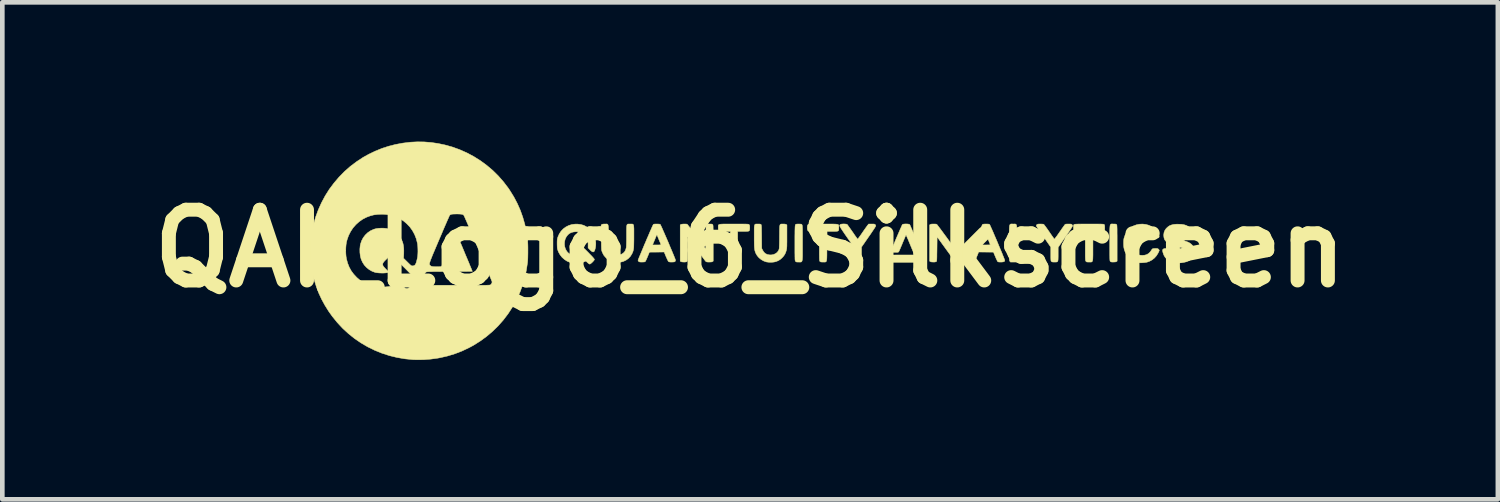
<source format=kicad_pcb>
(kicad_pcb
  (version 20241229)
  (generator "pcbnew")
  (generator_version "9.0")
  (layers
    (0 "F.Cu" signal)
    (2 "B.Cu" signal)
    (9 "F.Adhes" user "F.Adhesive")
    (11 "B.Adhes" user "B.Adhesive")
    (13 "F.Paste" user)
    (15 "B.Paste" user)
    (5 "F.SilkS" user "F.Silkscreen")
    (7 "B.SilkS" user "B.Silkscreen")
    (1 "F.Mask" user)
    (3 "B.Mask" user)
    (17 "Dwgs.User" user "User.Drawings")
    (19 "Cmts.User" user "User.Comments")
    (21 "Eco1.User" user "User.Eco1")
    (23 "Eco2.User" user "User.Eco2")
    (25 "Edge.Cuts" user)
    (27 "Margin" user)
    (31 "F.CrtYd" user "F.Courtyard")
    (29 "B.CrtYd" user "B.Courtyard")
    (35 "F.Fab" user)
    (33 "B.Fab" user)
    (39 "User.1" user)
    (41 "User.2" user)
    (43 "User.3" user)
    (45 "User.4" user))
  (footprint "QAI_Logo_6_Silkscreen"
    (layer "F.Cu")
    (at 13.106 2.302)
    (property "Reference" "QAI_Logo_6_Silkscreen" (at 0 0 0) (layer "F.SilkS") (effects (font (size 1.524 1.524) (thickness 0.3))))
    (attr through_hole)
    (fp_poly (pts (xy 7.808 -0.528) (xy 7.823 -0.527) (xy 7.829 -0.527) (xy 7.857 -0.527) (xy 7.876 -0.525) (xy 7.887 -0.521) (xy 7.895 -0.516) (xy 7.895 -0.515) (xy 7.897 -0.512) (xy 7.899 -0.507) (xy 7.901 -0.499) (xy 7.902 -0.486) (xy 7.903 -0.469) (xy 7.904 -0.446) (xy 7.905 -0.417) (xy 7.905 -0.379) (xy 7.905 -0.333) (xy 7.906 -0.277) (xy 7.906 -0.211) (xy 7.906 -0.133) (xy 7.906 -0.116) (xy 7.906 0.272) (xy 7.892 0.282) (xy 7.878 0.288) (xy 7.855 0.291) (xy 7.825 0.292) (xy 7.798 0.292) (xy 7.78 0.29) (xy 7.768 0.286) (xy 7.76 0.279) (xy 7.757 0.276) (xy 7.755 0.273) (xy 7.753 0.267) (xy 7.751 0.259) (xy 7.75 0.247) (xy 7.749 0.23) (xy 7.748 0.207) (xy 7.748 0.178) (xy 7.747 0.141) (xy 7.747 0.095) (xy 7.747 0.04) (xy 7.747 -0.026) (xy 7.747 -0.103) (xy 7.747 -0.117) (xy 7.747 -0.2) (xy 7.747 -0.271) (xy 7.747 -0.331) (xy 7.747 -0.38) (xy 7.748 -0.421) (xy 7.75 -0.454) (xy 7.752 -0.479) (xy 7.755 -0.498) (xy 7.76 -0.511) (xy 7.766 -0.52) (xy 7.774 -0.525) (xy 7.783 -0.528) (xy 7.794 -0.528) (xy 7.808 -0.528)) (stroke (width 0.01) (type solid)) (fill yes) (layer "F.SilkS"))
    (fp_poly (pts (xy -0.406 -0.527) (xy -0.347 -0.527) (xy -0.274 -0.527) (xy -0.214 -0.527) (xy -0.164 -0.527) (xy -0.124 -0.526) (xy -0.092 -0.526) (xy -0.068 -0.525) (xy -0.05 -0.524) (xy -0.038 -0.522) (xy -0.029 -0.521) (xy -0.025 -0.519) (xy -0.023 -0.517) (xy -0.013 -0.504) (xy -0.008 -0.486) (xy -0.007 -0.46) (xy -0.007 -0.431) (xy -0.009 -0.411) (xy -0.011 -0.395) (xy -0.016 -0.384) (xy -0.026 -0.376) (xy -0.041 -0.372) (xy -0.064 -0.369) (xy -0.096 -0.368) (xy -0.139 -0.368) (xy -0.267 -0.368) (xy -0.267 -0.051) (xy -0.267 0.024) (xy -0.267 0.087) (xy -0.267 0.14) (xy -0.267 0.183) (xy -0.269 0.217) (xy -0.271 0.243) (xy -0.274 0.262) (xy -0.279 0.276) (xy -0.285 0.285) (xy -0.293 0.29) (xy -0.303 0.292) (xy -0.315 0.293) (xy -0.33 0.292) (xy -0.345 0.292) (xy -0.377 0.291) (xy -0.399 0.288) (xy -0.411 0.282) (xy -0.425 0.272) (xy -0.425 -0.368) (xy -0.546 -0.368) (xy -0.591 -0.368) (xy -0.626 -0.369) (xy -0.651 -0.371) (xy -0.667 -0.376) (xy -0.678 -0.384) (xy -0.683 -0.397) (xy -0.685 -0.414) (xy -0.686 -0.438) (xy -0.686 -0.449) (xy -0.686 -0.466) (xy -0.686 -0.481) (xy -0.686 -0.493) (xy -0.683 -0.502) (xy -0.677 -0.51) (xy -0.668 -0.516) (xy -0.653 -0.52) (xy -0.633 -0.524) (xy -0.605 -0.525) (xy -0.57 -0.527) (xy -0.525 -0.527) (xy -0.471 -0.527) (xy -0.406 -0.527)) (stroke (width 0.01) (type solid)) (fill yes) (layer "F.SilkS"))
    (fp_poly (pts (xy 1.073 -0.526) (xy 1.094 -0.525) (xy 1.107 -0.523) (xy 1.109 -0.522) (xy 1.113 -0.519) (xy 1.117 -0.514) (xy 1.12 -0.508) (xy 1.123 -0.498) (xy 1.125 -0.484) (xy 1.127 -0.465) (xy 1.128 -0.44) (xy 1.129 -0.409) (xy 1.129 -0.369) (xy 1.13 -0.321) (xy 1.13 -0.262) (xy 1.13 -0.193) (xy 1.13 -0.116) (xy 1.13 -0.033) (xy 1.13 0.037) (xy 1.13 0.097) (xy 1.13 0.146) (xy 1.129 0.187) (xy 1.127 0.219) (xy 1.125 0.244) (xy 1.121 0.263) (xy 1.116 0.276) (xy 1.11 0.285) (xy 1.102 0.29) (xy 1.092 0.292) (xy 1.08 0.293) (xy 1.067 0.293) (xy 1.05 0.292) (xy 1.048 0.292) (xy 1.021 0.292) (xy 1.003 0.291) (xy 0.992 0.288) (xy 0.984 0.282) (xy 0.978 0.275) (xy 0.976 0.272) (xy 0.973 0.267) (xy 0.971 0.261) (xy 0.97 0.253) (xy 0.968 0.24) (xy 0.967 0.224) (xy 0.967 0.201) (xy 0.966 0.172) (xy 0.966 0.136) (xy 0.965 0.09) (xy 0.965 0.036) (xy 0.965 -0.03) (xy 0.965 -0.107) (xy 0.965 -0.116) (xy 0.965 -0.196) (xy 0.965 -0.265) (xy 0.966 -0.323) (xy 0.966 -0.371) (xy 0.967 -0.41) (xy 0.968 -0.441) (xy 0.969 -0.466) (xy 0.971 -0.485) (xy 0.973 -0.498) (xy 0.976 -0.508) (xy 0.979 -0.514) (xy 0.983 -0.519) (xy 0.987 -0.522) (xy 0.996 -0.524) (xy 1.015 -0.526) (xy 1.039 -0.527) (xy 1.048 -0.527) (xy 1.073 -0.526)) (stroke (width 0.01) (type solid)) (fill yes) (layer "F.SilkS"))
    (fp_poly (pts (xy 1.761 -0.527) (xy 1.804 -0.526) (xy 1.837 -0.525) (xy 1.863 -0.523) (xy 1.882 -0.52) (xy 1.896 -0.515) (xy 1.905 -0.509) (xy 1.909 -0.5) (xy 1.912 -0.49) (xy 1.912 -0.478) (xy 1.912 -0.463) (xy 1.911 -0.449) (xy 1.911 -0.423) (xy 1.91 -0.403) (xy 1.906 -0.388) (xy 1.897 -0.379) (xy 1.883 -0.373) (xy 1.861 -0.37) (xy 1.83 -0.368) (xy 1.788 -0.368) (xy 1.775 -0.368) (xy 1.658 -0.368) (xy 1.656 -0.051) (xy 1.656 0.024) (xy 1.655 0.087) (xy 1.655 0.139) (xy 1.654 0.182) (xy 1.653 0.216) (xy 1.65 0.243) (xy 1.647 0.262) (xy 1.642 0.276) (xy 1.636 0.285) (xy 1.627 0.29) (xy 1.617 0.292) (xy 1.605 0.293) (xy 1.59 0.292) (xy 1.574 0.292) (xy 1.546 0.292) (xy 1.527 0.29) (xy 1.515 0.287) (xy 1.507 0.281) (xy 1.505 0.279) (xy 1.502 0.276) (xy 1.5 0.272) (xy 1.498 0.266) (xy 1.496 0.257) (xy 1.495 0.243) (xy 1.494 0.225) (xy 1.493 0.2) (xy 1.493 0.167) (xy 1.492 0.126) (xy 1.492 0.076) (xy 1.492 0.015) (xy 1.492 -0.051) (xy 1.492 -0.368) (xy 1.258 -0.368) (xy 1.245 -0.385) (xy 1.238 -0.397) (xy 1.234 -0.413) (xy 1.232 -0.435) (xy 1.232 -0.448) (xy 1.233 -0.474) (xy 1.236 -0.492) (xy 1.242 -0.505) (xy 1.245 -0.51) (xy 1.258 -0.527) (xy 1.572 -0.527) (xy 1.647 -0.527) (xy 1.709 -0.527) (xy 1.761 -0.527)) (stroke (width 0.01) (type solid)) (fill yes) (layer "F.SilkS"))
    (fp_poly (pts (xy 5.645 -0.528) (xy 5.661 -0.527) (xy 5.665 -0.527) (xy 5.683 -0.527) (xy 5.698 -0.528) (xy 5.71 -0.527) (xy 5.721 -0.525) (xy 5.729 -0.519) (xy 5.735 -0.51) (xy 5.74 -0.496) (xy 5.743 -0.476) (xy 5.745 -0.449) (xy 5.746 -0.414) (xy 5.747 -0.371) (xy 5.747 -0.317) (xy 5.747 -0.253) (xy 5.747 -0.184) (xy 5.747 0.133) (xy 5.933 0.133) (xy 5.991 0.133) (xy 6.037 0.133) (xy 6.073 0.134) (xy 6.1 0.136) (xy 6.12 0.14) (xy 6.133 0.145) (xy 6.141 0.153) (xy 6.145 0.164) (xy 6.147 0.179) (xy 6.147 0.197) (xy 6.147 0.213) (xy 6.147 0.241) (xy 6.145 0.259) (xy 6.143 0.271) (xy 6.138 0.278) (xy 6.133 0.282) (xy 6.128 0.285) (xy 6.12 0.287) (xy 6.108 0.288) (xy 6.091 0.29) (xy 6.068 0.291) (xy 6.037 0.291) (xy 5.997 0.292) (xy 5.947 0.292) (xy 5.886 0.292) (xy 5.863 0.292) (xy 5.608 0.292) (xy 5.595 0.275) (xy 5.592 0.272) (xy 5.59 0.267) (xy 5.588 0.261) (xy 5.586 0.253) (xy 5.585 0.241) (xy 5.584 0.224) (xy 5.583 0.201) (xy 5.582 0.173) (xy 5.582 0.136) (xy 5.582 0.091) (xy 5.582 0.036) (xy 5.582 -0.029) (xy 5.582 -0.106) (xy 5.582 -0.117) (xy 5.582 -0.2) (xy 5.581 -0.271) (xy 5.582 -0.33) (xy 5.582 -0.38) (xy 5.583 -0.421) (xy 5.585 -0.453) (xy 5.587 -0.479) (xy 5.591 -0.498) (xy 5.596 -0.511) (xy 5.602 -0.52) (xy 5.61 -0.525) (xy 5.62 -0.527) (xy 5.631 -0.528) (xy 5.645 -0.528)) (stroke (width 0.01) (type solid)) (fill yes) (layer "F.SilkS"))
    (fp_poly (pts (xy 7.377 -0.527) (xy 7.437 -0.527) (xy 7.486 -0.527) (xy 7.525 -0.526) (xy 7.556 -0.526) (xy 7.58 -0.525) (xy 7.598 -0.524) (xy 7.61 -0.523) (xy 7.619 -0.521) (xy 7.624 -0.519) (xy 7.627 -0.517) (xy 7.629 -0.515) (xy 7.634 -0.506) (xy 7.637 -0.492) (xy 7.639 -0.469) (xy 7.639 -0.447) (xy 7.639 -0.421) (xy 7.638 -0.402) (xy 7.634 -0.388) (xy 7.626 -0.378) (xy 7.612 -0.373) (xy 7.59 -0.37) (xy 7.56 -0.368) (xy 7.518 -0.368) (xy 7.5 -0.368) (xy 7.385 -0.368) (xy 7.385 -0.055) (xy 7.385 0.021) (xy 7.385 0.084) (xy 7.385 0.137) (xy 7.384 0.18) (xy 7.383 0.215) (xy 7.381 0.241) (xy 7.377 0.261) (xy 7.372 0.275) (xy 7.366 0.284) (xy 7.357 0.29) (xy 7.346 0.292) (xy 7.333 0.293) (xy 7.318 0.292) (xy 7.303 0.292) (xy 7.275 0.292) (xy 7.258 0.291) (xy 7.247 0.288) (xy 7.239 0.282) (xy 7.233 0.275) (xy 7.23 0.271) (xy 7.228 0.267) (xy 7.226 0.26) (xy 7.224 0.251) (xy 7.223 0.237) (xy 7.222 0.219) (xy 7.221 0.194) (xy 7.22 0.162) (xy 7.22 0.122) (xy 7.22 0.072) (xy 7.22 0.012) (xy 7.22 -0.055) (xy 7.22 -0.368) (xy 7.103 -0.368) (xy 7.058 -0.368) (xy 7.024 -0.369) (xy 7 -0.371) (xy 6.983 -0.376) (xy 6.973 -0.384) (xy 6.968 -0.397) (xy 6.966 -0.415) (xy 6.966 -0.439) (xy 6.966 -0.449) (xy 6.966 -0.477) (xy 6.967 -0.495) (xy 6.97 -0.506) (xy 6.975 -0.513) (xy 6.98 -0.517) (xy 6.985 -0.519) (xy 6.992 -0.521) (xy 7.003 -0.523) (xy 7.019 -0.524) (xy 7.04 -0.525) (xy 7.069 -0.526) (xy 7.105 -0.526) (xy 7.151 -0.527) (xy 7.207 -0.527) (xy 7.273 -0.527) (xy 7.306 -0.527) (xy 7.377 -0.527)) (stroke (width 0.01) (type solid)) (fill yes) (layer "F.SilkS"))
    (fp_poly (pts (xy -0.88 -0.527) (xy -0.87 -0.527) (xy -0.842 -0.527) (xy -0.823 -0.525) (xy -0.812 -0.521) (xy -0.804 -0.515) (xy -0.802 -0.512) (xy -0.8 -0.507) (xy -0.799 -0.499) (xy -0.797 -0.486) (xy -0.796 -0.469) (xy -0.796 -0.446) (xy -0.795 -0.417) (xy -0.794 -0.379) (xy -0.794 -0.333) (xy -0.794 -0.277) (xy -0.794 -0.211) (xy -0.794 -0.133) (xy -0.794 -0.116) (xy -0.794 0.272) (xy -0.808 0.282) (xy -0.82 0.288) (xy -0.84 0.291) (xy -0.869 0.292) (xy -0.881 0.292) (xy -0.909 0.292) (xy -0.928 0.29) (xy -0.941 0.287) (xy -0.95 0.282) (xy -0.955 0.278) (xy -0.961 0.27) (xy -0.975 0.253) (xy -0.994 0.228) (xy -1.018 0.195) (xy -1.047 0.156) (xy -1.079 0.113) (xy -1.114 0.065) (xy -1.151 0.015) (xy -1.156 0.007) (xy -1.343 -0.25) (xy -1.346 0.012) (xy -1.347 0.077) (xy -1.348 0.13) (xy -1.349 0.172) (xy -1.349 0.206) (xy -1.35 0.232) (xy -1.352 0.251) (xy -1.353 0.264) (xy -1.355 0.273) (xy -1.357 0.278) (xy -1.36 0.282) (xy -1.362 0.283) (xy -1.376 0.288) (xy -1.399 0.292) (xy -1.426 0.292) (xy -1.453 0.291) (xy -1.476 0.288) (xy -1.491 0.282) (xy -1.505 0.272) (xy -1.505 -0.507) (xy -1.491 -0.517) (xy -1.478 -0.522) (xy -1.456 -0.525) (xy -1.429 -0.527) (xy -1.401 -0.527) (xy -1.376 -0.526) (xy -1.358 -0.523) (xy -1.354 -0.521) (xy -1.348 -0.515) (xy -1.336 -0.5) (xy -1.317 -0.476) (xy -1.293 -0.445) (xy -1.265 -0.408) (xy -1.233 -0.365) (xy -1.198 -0.318) (xy -1.161 -0.268) (xy -1.149 -0.252) (xy -0.956 0.012) (xy -0.953 -0.249) (xy -0.952 -0.316) (xy -0.951 -0.371) (xy -0.95 -0.416) (xy -0.949 -0.451) (xy -0.947 -0.478) (xy -0.943 -0.498) (xy -0.939 -0.512) (xy -0.932 -0.521) (xy -0.923 -0.525) (xy -0.912 -0.527) (xy -0.897 -0.528) (xy -0.88 -0.527)) (stroke (width 0.01) (type solid)) (fill yes) (layer "F.SilkS"))
    (fp_poly (pts (xy 4.492 -0.527) (xy 4.502 -0.527) (xy 4.531 -0.527) (xy 4.549 -0.525) (xy 4.56 -0.521) (xy 4.568 -0.515) (xy 4.57 -0.512) (xy 4.572 -0.507) (xy 4.573 -0.499) (xy 4.575 -0.486) (xy 4.576 -0.469) (xy 4.577 -0.446) (xy 4.577 -0.417) (xy 4.578 -0.379) (xy 4.578 -0.333) (xy 4.578 -0.277) (xy 4.578 -0.211) (xy 4.578 -0.133) (xy 4.578 -0.116) (xy 4.578 0.272) (xy 4.564 0.282) (xy 4.552 0.288) (xy 4.532 0.291) (xy 4.503 0.292) (xy 4.492 0.292) (xy 4.463 0.292) (xy 4.444 0.29) (xy 4.432 0.287) (xy 4.422 0.282) (xy 4.418 0.278) (xy 4.411 0.27) (xy 4.397 0.253) (xy 4.378 0.228) (xy 4.354 0.195) (xy 4.325 0.156) (xy 4.293 0.113) (xy 4.258 0.065) (xy 4.221 0.015) (xy 4.216 0.007) (xy 4.029 -0.25) (xy 4.026 0.012) (xy 4.025 0.077) (xy 4.024 0.13) (xy 4.024 0.173) (xy 4.023 0.206) (xy 4.022 0.232) (xy 4.021 0.251) (xy 4.019 0.264) (xy 4.017 0.273) (xy 4.015 0.278) (xy 4.012 0.282) (xy 4.01 0.283) (xy 3.996 0.288) (xy 3.973 0.292) (xy 3.946 0.292) (xy 3.919 0.291) (xy 3.896 0.288) (xy 3.881 0.282) (xy 3.867 0.272) (xy 3.867 -0.507) (xy 3.881 -0.517) (xy 3.893 -0.522) (xy 3.913 -0.526) (xy 3.942 -0.527) (xy 3.955 -0.527) (xy 3.983 -0.527) (xy 4.002 -0.525) (xy 4.014 -0.523) (xy 4.023 -0.517) (xy 4.028 -0.513) (xy 4.034 -0.505) (xy 4.047 -0.488) (xy 4.066 -0.463) (xy 4.091 -0.43) (xy 4.119 -0.392) (xy 4.152 -0.348) (xy 4.186 -0.301) (xy 4.224 -0.251) (xy 4.229 -0.243) (xy 4.416 0.012) (xy 4.42 -0.248) (xy 4.42 -0.315) (xy 4.421 -0.371) (xy 4.422 -0.416) (xy 4.423 -0.451) (xy 4.425 -0.478) (xy 4.429 -0.498) (xy 4.434 -0.512) (xy 4.44 -0.521) (xy 4.449 -0.525) (xy 4.461 -0.527) (xy 4.475 -0.528) (xy 4.492 -0.527)) (stroke (width 0.01) (type solid)) (fill yes) (layer "F.SilkS"))
    (fp_poly (pts (xy 2.058 -0.526) (xy 2.079 -0.523) (xy 2.091 -0.518) (xy 2.092 -0.517) (xy 2.098 -0.51) (xy 2.11 -0.493) (xy 2.127 -0.469) (xy 2.149 -0.438) (xy 2.174 -0.403) (xy 2.201 -0.364) (xy 2.207 -0.356) (xy 2.234 -0.317) (xy 2.258 -0.281) (xy 2.28 -0.251) (xy 2.297 -0.227) (xy 2.31 -0.21) (xy 2.316 -0.201) (xy 2.316 -0.201) (xy 2.321 -0.205) (xy 2.332 -0.219) (xy 2.348 -0.24) (xy 2.368 -0.268) (xy 2.391 -0.3) (xy 2.413 -0.332) (xy 2.439 -0.37) (xy 2.465 -0.407) (xy 2.488 -0.44) (xy 2.508 -0.467) (xy 2.522 -0.488) (xy 2.529 -0.496) (xy 2.553 -0.527) (xy 2.619 -0.527) (xy 2.649 -0.527) (xy 2.669 -0.526) (xy 2.682 -0.523) (xy 2.691 -0.519) (xy 2.695 -0.515) (xy 2.704 -0.499) (xy 2.707 -0.487) (xy 2.703 -0.477) (xy 2.692 -0.458) (xy 2.675 -0.43) (xy 2.65 -0.393) (xy 2.62 -0.348) (xy 2.584 -0.295) (xy 2.553 -0.251) (xy 2.4 -0.03) (xy 2.4 0.117) (xy 2.4 0.164) (xy 2.4 0.2) (xy 2.4 0.227) (xy 2.399 0.245) (xy 2.397 0.258) (xy 2.395 0.267) (xy 2.391 0.272) (xy 2.387 0.277) (xy 2.386 0.278) (xy 2.377 0.285) (xy 2.365 0.289) (xy 2.349 0.291) (xy 2.324 0.292) (xy 2.317 0.292) (xy 2.289 0.292) (xy 2.272 0.29) (xy 2.26 0.287) (xy 2.252 0.281) (xy 2.25 0.279) (xy 2.247 0.274) (xy 2.244 0.267) (xy 2.241 0.256) (xy 2.24 0.24) (xy 2.238 0.218) (xy 2.238 0.187) (xy 2.237 0.146) (xy 2.236 0.116) (xy 2.235 -0.033) (xy 2.082 -0.252) (xy 2.043 -0.308) (xy 2.011 -0.355) (xy 1.985 -0.394) (xy 1.964 -0.425) (xy 1.949 -0.45) (xy 1.939 -0.469) (xy 1.933 -0.483) (xy 1.931 -0.494) (xy 1.932 -0.503) (xy 1.936 -0.51) (xy 1.941 -0.516) (xy 1.942 -0.517) (xy 1.955 -0.522) (xy 1.976 -0.526) (xy 2.002 -0.528) (xy 2.031 -0.528) (xy 2.058 -0.526)) (stroke (width 0.01) (type solid)) (fill yes) (layer "F.SilkS"))
    (fp_poly (pts (xy 6.888 -0.527) (xy 6.908 -0.525) (xy 6.921 -0.523) (xy 6.93 -0.518) (xy 6.934 -0.514) (xy 6.944 -0.5) (xy 6.947 -0.487) (xy 6.943 -0.479) (xy 6.933 -0.46) (xy 6.916 -0.434) (xy 6.894 -0.399) (xy 6.866 -0.358) (xy 6.834 -0.31) (xy 6.798 -0.258) (xy 6.791 -0.248) (xy 6.636 -0.024) (xy 6.636 0.124) (xy 6.636 0.175) (xy 6.635 0.214) (xy 6.634 0.243) (xy 6.631 0.264) (xy 6.625 0.278) (xy 6.616 0.287) (xy 6.604 0.291) (xy 6.587 0.292) (xy 6.564 0.292) (xy 6.555 0.292) (xy 6.528 0.292) (xy 6.51 0.29) (xy 6.498 0.286) (xy 6.49 0.279) (xy 6.486 0.275) (xy 6.483 0.269) (xy 6.48 0.259) (xy 6.479 0.246) (xy 6.478 0.225) (xy 6.477 0.197) (xy 6.477 0.159) (xy 6.477 0.119) (xy 6.477 -0.029) (xy 6.356 -0.203) (xy 6.312 -0.265) (xy 6.276 -0.318) (xy 6.245 -0.362) (xy 6.221 -0.398) (xy 6.201 -0.427) (xy 6.187 -0.449) (xy 6.176 -0.467) (xy 6.17 -0.48) (xy 6.166 -0.49) (xy 6.166 -0.497) (xy 6.167 -0.502) (xy 6.17 -0.507) (xy 6.175 -0.511) (xy 6.179 -0.514) (xy 6.186 -0.52) (xy 6.197 -0.524) (xy 6.213 -0.526) (xy 6.237 -0.527) (xy 6.252 -0.527) (xy 6.28 -0.526) (xy 6.303 -0.525) (xy 6.32 -0.522) (xy 6.324 -0.521) (xy 6.331 -0.514) (xy 6.343 -0.498) (xy 6.361 -0.475) (xy 6.383 -0.445) (xy 6.408 -0.41) (xy 6.435 -0.371) (xy 6.442 -0.361) (xy 6.469 -0.321) (xy 6.494 -0.285) (xy 6.516 -0.254) (xy 6.534 -0.229) (xy 6.546 -0.211) (xy 6.553 -0.202) (xy 6.553 -0.201) (xy 6.558 -0.205) (xy 6.569 -0.218) (xy 6.585 -0.239) (xy 6.606 -0.266) (xy 6.63 -0.3) (xy 6.656 -0.337) (xy 6.665 -0.35) (xy 6.693 -0.39) (xy 6.718 -0.427) (xy 6.741 -0.459) (xy 6.76 -0.485) (xy 6.774 -0.504) (xy 6.782 -0.515) (xy 6.783 -0.516) (xy 6.791 -0.521) (xy 6.802 -0.525) (xy 6.821 -0.526) (xy 6.848 -0.527) (xy 6.858 -0.527) (xy 6.888 -0.527)) (stroke (width 0.01) (type solid)) (fill yes) (layer "F.SilkS"))
    (fp_poly (pts (xy 0.708 -0.527) (xy 0.714 -0.527) (xy 0.746 -0.526) (xy 0.768 -0.522) (xy 0.78 -0.517) (xy 0.794 -0.507) (xy 0.794 -0.258) (xy 0.794 -0.194) (xy 0.794 -0.141) (xy 0.793 -0.099) (xy 0.793 -0.064) (xy 0.792 -0.037) (xy 0.79 -0.015) (xy 0.789 0.002) (xy 0.786 0.017) (xy 0.784 0.03) (xy 0.781 0.041) (xy 0.766 0.088) (xy 0.747 0.128) (xy 0.721 0.166) (xy 0.689 0.201) (xy 0.649 0.236) (xy 0.608 0.262) (xy 0.561 0.281) (xy 0.532 0.289) (xy 0.493 0.295) (xy 0.447 0.297) (xy 0.401 0.296) (xy 0.36 0.291) (xy 0.348 0.289) (xy 0.293 0.269) (xy 0.24 0.239) (xy 0.193 0.201) (xy 0.154 0.156) (xy 0.129 0.114) (xy 0.119 0.094) (xy 0.112 0.074) (xy 0.105 0.053) (xy 0.1 0.03) (xy 0.096 0.003) (xy 0.093 -0.029) (xy 0.091 -0.067) (xy 0.09 -0.113) (xy 0.089 -0.168) (xy 0.089 -0.234) (xy 0.089 -0.263) (xy 0.089 -0.328) (xy 0.089 -0.382) (xy 0.089 -0.424) (xy 0.09 -0.458) (xy 0.093 -0.483) (xy 0.097 -0.502) (xy 0.102 -0.514) (xy 0.11 -0.522) (xy 0.12 -0.526) (xy 0.133 -0.527) (xy 0.15 -0.527) (xy 0.17 -0.527) (xy 0.17 -0.527) (xy 0.199 -0.527) (xy 0.218 -0.525) (xy 0.23 -0.521) (xy 0.237 -0.516) (xy 0.239 -0.512) (xy 0.241 -0.505) (xy 0.243 -0.494) (xy 0.245 -0.477) (xy 0.246 -0.454) (xy 0.247 -0.424) (xy 0.247 -0.385) (xy 0.248 -0.336) (xy 0.249 -0.275) (xy 0.249 -0.254) (xy 0.251 -0.003) (xy 0.272 0.039) (xy 0.298 0.08) (xy 0.331 0.11) (xy 0.371 0.129) (xy 0.419 0.138) (xy 0.454 0.139) (xy 0.502 0.131) (xy 0.544 0.113) (xy 0.581 0.087) (xy 0.608 0.053) (xy 0.623 0.02) (xy 0.626 0.009) (xy 0.628 -0.012) (xy 0.629 -0.043) (xy 0.631 -0.084) (xy 0.632 -0.135) (xy 0.633 -0.199) (xy 0.633 -0.254) (xy 0.634 -0.32) (xy 0.634 -0.375) (xy 0.635 -0.419) (xy 0.636 -0.454) (xy 0.638 -0.48) (xy 0.642 -0.499) (xy 0.647 -0.513) (xy 0.654 -0.521) (xy 0.663 -0.525) (xy 0.675 -0.527) (xy 0.69 -0.527) (xy 0.708 -0.527)) (stroke (width 0.01) (type solid)) (fill yes) (layer "F.SilkS"))
    (fp_poly (pts (xy 8.524 -0.518) (xy 8.59 -0.5) (xy 8.647 -0.473) (xy 8.688 -0.443) (xy 8.728 -0.404) (xy 8.763 -0.359) (xy 8.789 -0.315) (xy 8.801 -0.289) (xy 8.809 -0.272) (xy 8.812 -0.26) (xy 8.811 -0.252) (xy 8.808 -0.243) (xy 8.807 -0.242) (xy 8.802 -0.235) (xy 8.796 -0.23) (xy 8.787 -0.227) (xy 8.771 -0.225) (xy 8.746 -0.224) (xy 8.73 -0.224) (xy 8.663 -0.222) (xy 8.644 -0.255) (xy 8.616 -0.295) (xy 8.582 -0.326) (xy 8.547 -0.347) (xy 8.53 -0.356) (xy 8.514 -0.361) (xy 8.497 -0.363) (xy 8.475 -0.364) (xy 8.449 -0.364) (xy 8.4 -0.361) (xy 8.36 -0.354) (xy 8.326 -0.34) (xy 8.296 -0.32) (xy 8.273 -0.299) (xy 8.249 -0.271) (xy 8.231 -0.244) (xy 8.219 -0.214) (xy 8.211 -0.18) (xy 8.208 -0.137) (xy 8.208 -0.108) (xy 8.209 -0.059) (xy 8.214 -0.02) (xy 8.223 0.012) (xy 8.238 0.04) (xy 8.259 0.067) (xy 8.274 0.083) (xy 8.309 0.113) (xy 8.349 0.133) (xy 8.395 0.144) (xy 8.449 0.148) (xy 8.453 0.148) (xy 8.506 0.143) (xy 8.551 0.128) (xy 8.589 0.104) (xy 8.622 0.07) (xy 8.634 0.052) (xy 8.647 0.032) (xy 8.659 0.016) (xy 8.667 0.008) (xy 8.679 0.004) (xy 8.702 0.001) (xy 8.73 0) (xy 8.756 0.000363) (xy 8.774 0.002) (xy 8.785 0.006) (xy 8.794 0.012) (xy 8.798 0.016) (xy 8.809 0.029) (xy 8.814 0.04) (xy 8.814 0.04) (xy 8.811 0.05) (xy 8.804 0.067) (xy 8.793 0.09) (xy 8.787 0.102) (xy 8.752 0.158) (xy 8.708 0.207) (xy 8.655 0.248) (xy 8.597 0.279) (xy 8.549 0.295) (xy 8.522 0.3) (xy 8.489 0.304) (xy 8.453 0.307) (xy 8.418 0.309) (xy 8.39 0.308) (xy 8.379 0.307) (xy 8.311 0.29) (xy 8.248 0.263) (xy 8.192 0.225) (xy 8.143 0.178) (xy 8.103 0.123) (xy 8.073 0.061) (xy 8.058 0.015) (xy 8.05 -0.024) (xy 8.046 -0.069) (xy 8.045 -0.118) (xy 8.046 -0.165) (xy 8.051 -0.206) (xy 8.055 -0.225) (xy 8.077 -0.288) (xy 8.108 -0.347) (xy 8.147 -0.399) (xy 8.193 -0.444) (xy 8.243 -0.479) (xy 8.255 -0.485) (xy 8.319 -0.509) (xy 8.386 -0.523) (xy 8.456 -0.526) (xy 8.524 -0.518)) (stroke (width 0.01) (type solid)) (fill yes) (layer "F.SilkS"))
    (fp_poly (pts (xy 5.119 -0.526) (xy 5.144 -0.524) (xy 5.157 -0.519) (xy 5.158 -0.519) (xy 5.162 -0.512) (xy 5.171 -0.494) (xy 5.183 -0.467) (xy 5.199 -0.432) (xy 5.218 -0.39) (xy 5.239 -0.342) (xy 5.261 -0.289) (xy 5.285 -0.234) (xy 5.31 -0.176) (xy 5.335 -0.117) (xy 5.359 -0.058) (xy 5.383 -0.001) (xy 5.406 0.053) (xy 5.427 0.103) (xy 5.445 0.149) (xy 5.461 0.188) (xy 5.473 0.219) (xy 5.482 0.242) (xy 5.486 0.255) (xy 5.486 0.257) (xy 5.483 0.272) (xy 5.472 0.282) (xy 5.452 0.289) (xy 5.422 0.292) (xy 5.4 0.292) (xy 5.371 0.292) (xy 5.352 0.29) (xy 5.34 0.287) (xy 5.333 0.281) (xy 5.332 0.281) (xy 5.326 0.271) (xy 5.317 0.252) (xy 5.304 0.226) (xy 5.291 0.195) (xy 5.282 0.174) (xy 5.242 0.079) (xy 4.924 0.076) (xy 4.886 0.169) (xy 4.87 0.21) (xy 4.856 0.241) (xy 4.845 0.263) (xy 4.835 0.277) (xy 4.824 0.286) (xy 4.811 0.29) (xy 4.794 0.292) (xy 4.772 0.292) (xy 4.767 0.292) (xy 4.734 0.291) (xy 4.711 0.289) (xy 4.697 0.284) (xy 4.694 0.282) (xy 4.683 0.268) (xy 4.68 0.257) (xy 4.682 0.248) (xy 4.689 0.228) (xy 4.7 0.2) (xy 4.715 0.164) (xy 4.732 0.121) (xy 4.752 0.072) (xy 4.774 0.019) (xy 4.798 -0.037) (xy 4.818 -0.084) (xy 4.993 -0.084) (xy 4.995 -0.081) (xy 5.003 -0.079) (xy 5.02 -0.077) (xy 5.047 -0.076) (xy 5.083 -0.076) (xy 5.116 -0.077) (xy 5.143 -0.077) (xy 5.163 -0.079) (xy 5.173 -0.081) (xy 5.174 -0.082) (xy 5.166 -0.102) (xy 5.155 -0.128) (xy 5.143 -0.158) (xy 5.129 -0.19) (xy 5.116 -0.221) (xy 5.104 -0.249) (xy 5.094 -0.273) (xy 5.086 -0.289) (xy 5.083 -0.297) (xy 5.083 -0.297) (xy 5.08 -0.291) (xy 5.073 -0.275) (xy 5.064 -0.253) (xy 5.052 -0.225) (xy 5.039 -0.193) (xy 5.025 -0.161) (xy 5.012 -0.131) (xy 5.001 -0.103) (xy 4.993 -0.084) (xy 4.818 -0.084) (xy 4.822 -0.095) (xy 4.847 -0.154) (xy 4.872 -0.212) (xy 4.896 -0.269) (xy 4.919 -0.323) (xy 4.941 -0.373) (xy 4.961 -0.417) (xy 4.977 -0.455) (xy 4.991 -0.485) (xy 5.001 -0.507) (xy 5.007 -0.518) (xy 5.009 -0.519) (xy 5.021 -0.523) (xy 5.046 -0.526) (xy 5.081 -0.527) (xy 5.083 -0.527) (xy 5.119 -0.526)) (stroke (width 0.01) (type solid)) (fill yes) (layer "F.SilkS"))
    (fp_poly (pts (xy -3.082 -0.527) (xy -3.072 -0.523) (xy -3.064 -0.516) (xy -3.059 -0.505) (xy -3.055 -0.488) (xy -3.052 -0.464) (xy -3.051 -0.433) (xy -3.05 -0.392) (xy -3.049 -0.342) (xy -3.048 -0.28) (xy -3.048 -0.253) (xy -3.047 -0.189) (xy -3.046 -0.136) (xy -3.046 -0.094) (xy -3.045 -0.06) (xy -3.044 -0.034) (xy -3.042 -0.014) (xy -3.041 0.001) (xy -3.039 0.012) (xy -3.036 0.021) (xy -3.033 0.029) (xy -3.032 0.032) (xy -3.006 0.074) (xy -2.974 0.105) (xy -2.934 0.126) (xy -2.886 0.137) (xy -2.873 0.138) (xy -2.82 0.137) (xy -2.773 0.125) (xy -2.734 0.102) (xy -2.703 0.071) (xy -2.681 0.03) (xy -2.667 -0.019) (xy -2.666 -0.036) (xy -2.664 -0.063) (xy -2.663 -0.1) (xy -2.662 -0.144) (xy -2.661 -0.194) (xy -2.661 -0.248) (xy -2.661 -0.283) (xy -2.661 -0.345) (xy -2.661 -0.396) (xy -2.66 -0.436) (xy -2.659 -0.468) (xy -2.656 -0.491) (xy -2.652 -0.507) (xy -2.646 -0.518) (xy -2.638 -0.524) (xy -2.627 -0.527) (xy -2.612 -0.527) (xy -2.595 -0.527) (xy -2.582 -0.527) (xy -2.563 -0.527) (xy -2.546 -0.527) (xy -2.533 -0.526) (xy -2.523 -0.522) (xy -2.515 -0.514) (xy -2.51 -0.502) (xy -2.506 -0.484) (xy -2.504 -0.459) (xy -2.502 -0.426) (xy -2.502 -0.383) (xy -2.502 -0.33) (xy -2.502 -0.266) (xy -2.502 -0.262) (xy -2.502 -0.192) (xy -2.503 -0.134) (xy -2.504 -0.086) (xy -2.505 -0.046) (xy -2.507 -0.013) (xy -2.511 0.015) (xy -2.515 0.038) (xy -2.521 0.059) (xy -2.528 0.079) (xy -2.537 0.099) (xy -2.544 0.114) (xy -2.577 0.168) (xy -2.62 0.214) (xy -2.671 0.251) (xy -2.727 0.278) (xy -2.764 0.289) (xy -2.8 0.295) (xy -2.842 0.297) (xy -2.886 0.297) (xy -2.926 0.293) (xy -2.953 0.288) (xy -3.003 0.271) (xy -3.047 0.247) (xy -3.089 0.214) (xy -3.103 0.201) (xy -3.131 0.17) (xy -3.153 0.142) (xy -3.17 0.11) (xy -3.187 0.072) (xy -3.19 0.064) (xy -3.193 0.055) (xy -3.196 0.045) (xy -3.198 0.034) (xy -3.2 0.019) (xy -3.201 0.001) (xy -3.202 -0.023) (xy -3.203 -0.054) (xy -3.204 -0.093) (xy -3.204 -0.142) (xy -3.205 -0.201) (xy -3.205 -0.238) (xy -3.208 -0.505) (xy -3.194 -0.516) (xy -3.183 -0.522) (xy -3.167 -0.525) (xy -3.143 -0.527) (xy -3.128 -0.527) (xy -3.109 -0.527) (xy -3.094 -0.528) (xy -3.082 -0.527)) (stroke (width 0.01) (type solid)) (fill yes) (layer "F.SilkS"))
    (fp_poly (pts (xy -1.974 -0.526) (xy -1.949 -0.524) (xy -1.935 -0.519) (xy -1.935 -0.519) (xy -1.93 -0.512) (xy -1.922 -0.494) (xy -1.909 -0.467) (xy -1.893 -0.432) (xy -1.875 -0.39) (xy -1.854 -0.343) (xy -1.831 -0.29) (xy -1.807 -0.235) (xy -1.782 -0.177) (xy -1.757 -0.119) (xy -1.733 -0.06) (xy -1.709 -0.004) (xy -1.686 0.05) (xy -1.665 0.101) (xy -1.646 0.146) (xy -1.631 0.184) (xy -1.618 0.216) (xy -1.61 0.238) (xy -1.606 0.251) (xy -1.605 0.253) (xy -1.609 0.268) (xy -1.616 0.28) (xy -1.623 0.286) (xy -1.634 0.289) (xy -1.65 0.291) (xy -1.675 0.292) (xy -1.686 0.292) (xy -1.716 0.292) (xy -1.736 0.29) (xy -1.749 0.286) (xy -1.758 0.281) (xy -1.764 0.272) (xy -1.774 0.253) (xy -1.787 0.226) (xy -1.801 0.195) (xy -1.811 0.173) (xy -1.851 0.076) (xy -2.009 0.078) (xy -2.168 0.079) (xy -2.207 0.174) (xy -2.221 0.207) (xy -2.234 0.236) (xy -2.245 0.26) (xy -2.254 0.276) (xy -2.257 0.28) (xy -2.263 0.286) (xy -2.273 0.289) (xy -2.29 0.291) (xy -2.315 0.292) (xy -2.327 0.292) (xy -2.356 0.292) (xy -2.376 0.29) (xy -2.388 0.287) (xy -2.397 0.282) (xy -2.4 0.279) (xy -2.41 0.266) (xy -2.413 0.256) (xy -2.411 0.247) (xy -2.404 0.229) (xy -2.393 0.201) (xy -2.378 0.165) (xy -2.36 0.123) (xy -2.34 0.074) (xy -2.318 0.022) (xy -2.295 -0.034) (xy -2.277 -0.076) (xy -2.101 -0.076) (xy -2.009 -0.076) (xy -1.977 -0.076) (xy -1.95 -0.077) (xy -1.929 -0.078) (xy -1.919 -0.079) (xy -1.918 -0.079) (xy -1.92 -0.086) (xy -1.927 -0.102) (xy -1.936 -0.126) (xy -1.949 -0.156) (xy -1.96 -0.183) (xy -1.974 -0.216) (xy -1.986 -0.246) (xy -1.996 -0.27) (xy -2.003 -0.286) (xy -2.005 -0.291) (xy -2.009 -0.292) (xy -2.016 -0.281) (xy -2.02 -0.272) (xy -2.026 -0.256) (xy -2.037 -0.231) (xy -2.049 -0.201) (xy -2.063 -0.168) (xy -2.066 -0.16) (xy -2.101 -0.076) (xy -2.277 -0.076) (xy -2.27 -0.092) (xy -2.245 -0.151) (xy -2.221 -0.209) (xy -2.196 -0.265) (xy -2.173 -0.319) (xy -2.152 -0.369) (xy -2.132 -0.413) (xy -2.116 -0.451) (xy -2.102 -0.481) (xy -2.092 -0.502) (xy -2.086 -0.514) (xy -2.085 -0.515) (xy -2.079 -0.521) (xy -2.069 -0.524) (xy -2.053 -0.526) (xy -2.029 -0.527) (xy -2.01 -0.527) (xy -1.974 -0.526)) (stroke (width 0.01) (type solid)) (fill yes) (layer "F.SilkS"))
    (fp_poly (pts (xy 3.397 -0.527) (xy 3.42 -0.523) (xy 3.435 -0.518) (xy 3.437 -0.516) (xy 3.442 -0.508) (xy 3.451 -0.489) (xy 3.463 -0.461) (xy 3.479 -0.425) (xy 3.498 -0.382) (xy 3.519 -0.334) (xy 3.542 -0.281) (xy 3.566 -0.224) (xy 3.591 -0.166) (xy 3.616 -0.107) (xy 3.64 -0.049) (xy 3.664 0.008) (xy 3.687 0.063) (xy 3.707 0.113) (xy 3.726 0.158) (xy 3.741 0.196) (xy 3.753 0.227) (xy 3.761 0.249) (xy 3.765 0.261) (xy 3.766 0.262) (xy 3.766 0.27) (xy 3.765 0.276) (xy 3.764 0.281) (xy 3.76 0.285) (xy 3.752 0.289) (xy 3.741 0.292) (xy 3.725 0.294) (xy 3.702 0.296) (xy 3.673 0.297) (xy 3.636 0.298) (xy 3.591 0.298) (xy 3.536 0.298) (xy 3.47 0.298) (xy 3.393 0.298) (xy 3.359 0.298) (xy 3.279 0.298) (xy 3.21 0.298) (xy 3.152 0.298) (xy 3.104 0.298) (xy 3.065 0.297) (xy 3.034 0.297) (xy 3.01 0.296) (xy 2.992 0.295) (xy 2.979 0.294) (xy 2.971 0.292) (xy 2.965 0.29) (xy 2.963 0.288) (xy 2.955 0.274) (xy 2.953 0.263) (xy 2.955 0.248) (xy 2.962 0.226) (xy 2.972 0.202) (xy 2.983 0.178) (xy 2.993 0.159) (xy 3.002 0.148) (xy 3.002 0.148) (xy 3.008 0.146) (xy 3.02 0.144) (xy 3.039 0.142) (xy 3.066 0.141) (xy 3.102 0.141) (xy 3.149 0.14) (xy 3.206 0.14) (xy 3.274 0.14) (xy 3.542 0.14) (xy 3.452 -0.076) (xy 3.432 -0.125) (xy 3.413 -0.17) (xy 3.396 -0.21) (xy 3.381 -0.243) (xy 3.37 -0.269) (xy 3.362 -0.286) (xy 3.359 -0.292) (xy 3.359 -0.292) (xy 3.356 -0.286) (xy 3.349 -0.27) (xy 3.338 -0.246) (xy 3.324 -0.213) (xy 3.308 -0.175) (xy 3.29 -0.133) (xy 3.286 -0.123) (xy 3.268 -0.078) (xy 3.25 -0.037) (xy 3.235 -0.001) (xy 3.222 0.029) (xy 3.212 0.051) (xy 3.206 0.064) (xy 3.205 0.064) (xy 3.2 0.073) (xy 3.194 0.078) (xy 3.184 0.081) (xy 3.169 0.082) (xy 3.145 0.083) (xy 3.131 0.083) (xy 3.101 0.082) (xy 3.081 0.081) (xy 3.068 0.078) (xy 3.059 0.074) (xy 3.054 0.07) (xy 3.045 0.057) (xy 3.042 0.046) (xy 3.044 0.037) (xy 3.051 0.019) (xy 3.062 -0.008) (xy 3.076 -0.043) (xy 3.093 -0.084) (xy 3.112 -0.129) (xy 3.132 -0.177) (xy 3.153 -0.227) (xy 3.175 -0.277) (xy 3.196 -0.326) (xy 3.216 -0.372) (xy 3.234 -0.415) (xy 3.251 -0.451) (xy 3.264 -0.481) (xy 3.274 -0.503) (xy 3.28 -0.514) (xy 3.281 -0.516) (xy 3.293 -0.522) (xy 3.314 -0.526) (xy 3.34 -0.528) (xy 3.369 -0.528) (xy 3.397 -0.527)) (stroke (width 0.01) (type solid)) (fill yes) (layer "F.SilkS"))
    (fp_poly (pts (xy -3.715 -0.525) (xy -3.645 -0.516) (xy -3.584 -0.499) (xy -3.528 -0.471) (xy -3.475 -0.433) (xy -3.444 -0.404) (xy -3.401 -0.353) (xy -3.368 -0.301) (xy -3.344 -0.244) (xy -3.329 -0.179) (xy -3.324 -0.135) (xy -3.323 -0.099) (xy -3.325 -0.06) (xy -3.33 -0.022) (xy -3.338 0.012) (xy -3.347 0.041) (xy -3.358 0.062) (xy -3.367 0.07) (xy -3.38 0.075) (xy -3.394 0.072) (xy -3.411 0.062) (xy -3.433 0.044) (xy -3.448 0.029) (xy -3.489 -0.013) (xy -3.489 -0.091) (xy -3.49 -0.137) (xy -3.495 -0.175) (xy -3.502 -0.206) (xy -3.515 -0.234) (xy -3.532 -0.262) (xy -3.533 -0.263) (xy -3.568 -0.303) (xy -3.61 -0.332) (xy -3.658 -0.351) (xy -3.714 -0.36) (xy -3.76 -0.361) (xy -3.814 -0.354) (xy -3.86 -0.34) (xy -3.899 -0.317) (xy -3.928 -0.291) (xy -3.96 -0.248) (xy -3.983 -0.199) (xy -3.995 -0.146) (xy -3.998 -0.092) (xy -3.992 -0.039) (xy -3.975 0.012) (xy -3.949 0.059) (xy -3.924 0.088) (xy -3.882 0.121) (xy -3.834 0.144) (xy -3.779 0.156) (xy -3.719 0.157) (xy -3.695 0.155) (xy -3.676 0.153) (xy -3.666 0.15) (xy -3.666 0.15) (xy -3.668 0.144) (xy -3.677 0.131) (xy -3.692 0.114) (xy -3.698 0.108) (xy -3.716 0.088) (xy -3.729 0.07) (xy -3.734 0.058) (xy -3.734 0.057) (xy -3.729 0.047) (xy -3.718 0.03) (xy -3.702 0.011) (xy -3.684 -0.009) (xy -3.666 -0.026) (xy -3.651 -0.038) (xy -3.644 -0.041) (xy -3.636 -0.043) (xy -3.627 -0.04) (xy -3.615 -0.034) (xy -3.6 -0.023) (xy -3.58 -0.006) (xy -3.555 0.017) (xy -3.524 0.048) (xy -3.485 0.087) (xy -3.475 0.098) (xy -3.435 0.139) (xy -3.403 0.172) (xy -3.38 0.198) (xy -3.364 0.217) (xy -3.355 0.23) (xy -3.353 0.237) (xy -3.357 0.249) (xy -3.37 0.266) (xy -3.387 0.285) (xy -3.407 0.305) (xy -3.426 0.321) (xy -3.443 0.333) (xy -3.453 0.337) (xy -3.466 0.332) (xy -3.485 0.319) (xy -3.502 0.304) (xy -3.536 0.272) (xy -3.578 0.289) (xy -3.606 0.299) (xy -3.636 0.307) (xy -3.656 0.312) (xy -3.69 0.316) (xy -3.731 0.317) (xy -3.775 0.315) (xy -3.818 0.311) (xy -3.857 0.305) (xy -3.88 0.299) (xy -3.942 0.273) (xy -4 0.235) (xy -4.051 0.189) (xy -4.093 0.135) (xy -4.127 0.075) (xy -4.142 0.035) (xy -4.148 0.015) (xy -4.152 -0.005) (xy -4.154 -0.027) (xy -4.155 -0.054) (xy -4.156 -0.09) (xy -4.156 -0.105) (xy -4.156 -0.143) (xy -4.155 -0.171) (xy -4.153 -0.193) (xy -4.15 -0.211) (xy -4.145 -0.23) (xy -4.138 -0.25) (xy -4.138 -0.251) (xy -4.109 -0.316) (xy -4.07 -0.374) (xy -4.022 -0.424) (xy -3.967 -0.464) (xy -3.906 -0.495) (xy -3.839 -0.516) (xy -3.767 -0.525) (xy -3.715 -0.525)) (stroke (width 0.01) (type solid)) (fill yes) (layer "F.SilkS"))
    (fp_poly (pts (xy 9.289 -0.521) (xy 9.346 -0.512) (xy 9.394 -0.497) (xy 9.436 -0.475) (xy 9.474 -0.445) (xy 9.484 -0.436) (xy 9.517 -0.396) (xy 9.539 -0.353) (xy 9.551 -0.309) (xy 9.554 -0.286) (xy 9.554 -0.272) (xy 9.55 -0.26) (xy 9.547 -0.257) (xy 9.542 -0.25) (xy 9.535 -0.245) (xy 9.524 -0.243) (xy 9.507 -0.242) (xy 9.479 -0.241) (xy 9.474 -0.241) (xy 9.445 -0.242) (xy 9.426 -0.242) (xy 9.414 -0.245) (xy 9.407 -0.249) (xy 9.402 -0.255) (xy 9.402 -0.256) (xy 9.393 -0.274) (xy 9.389 -0.286) (xy 9.376 -0.315) (xy 9.353 -0.338) (xy 9.318 -0.354) (xy 9.272 -0.364) (xy 9.24 -0.367) (xy 9.184 -0.366) (xy 9.138 -0.358) (xy 9.103 -0.343) (xy 9.086 -0.33) (xy 9.073 -0.315) (xy 9.069 -0.3) (xy 9.069 -0.284) (xy 9.071 -0.273) (xy 9.075 -0.262) (xy 9.082 -0.253) (xy 9.094 -0.244) (xy 9.111 -0.235) (xy 9.136 -0.226) (xy 9.168 -0.216) (xy 9.21 -0.204) (xy 9.262 -0.19) (xy 9.305 -0.178) (xy 9.359 -0.163) (xy 9.402 -0.149) (xy 9.437 -0.135) (xy 9.466 -0.12) (xy 9.492 -0.102) (xy 9.51 -0.086) (xy 9.539 -0.055) (xy 9.559 -0.022) (xy 9.569 0.017) (xy 9.572 0.063) (xy 9.572 0.064) (xy 9.571 0.094) (xy 9.569 0.117) (xy 9.562 0.137) (xy 9.554 0.157) (xy 9.531 0.195) (xy 9.5 0.23) (xy 9.464 0.258) (xy 9.451 0.265) (xy 9.398 0.286) (xy 9.337 0.301) (xy 9.271 0.309) (xy 9.203 0.309) (xy 9.154 0.304) (xy 9.088 0.289) (xy 9.03 0.266) (xy 8.982 0.233) (xy 8.942 0.193) (xy 8.913 0.144) (xy 8.893 0.087) (xy 8.889 0.07) (xy 8.885 0.048) (xy 8.885 0.035) (xy 8.887 0.026) (xy 8.894 0.019) (xy 8.899 0.015) (xy 8.909 0.007) (xy 8.921 0.003) (xy 8.937 0.001) (xy 8.962 0.000022) (xy 8.97 0) (xy 9.002 0.001) (xy 9.024 0.006) (xy 9.038 0.015) (xy 9.046 0.03) (xy 9.051 0.05) (xy 9.062 0.08) (xy 9.084 0.107) (xy 9.116 0.129) (xy 9.126 0.134) (xy 9.142 0.14) (xy 9.157 0.145) (xy 9.174 0.147) (xy 9.198 0.149) (xy 9.23 0.149) (xy 9.242 0.149) (xy 9.278 0.149) (xy 9.303 0.148) (xy 9.323 0.146) (xy 9.338 0.142) (xy 9.353 0.136) (xy 9.359 0.134) (xy 9.379 0.123) (xy 9.395 0.112) (xy 9.401 0.106) (xy 9.409 0.088) (xy 9.411 0.066) (xy 9.408 0.045) (xy 9.4 0.03) (xy 9.399 0.03) (xy 9.38 0.017) (xy 9.35 0.003) (xy 9.308 -0.013) (xy 9.254 -0.029) (xy 9.214 -0.04) (xy 9.161 -0.055) (xy 9.118 -0.068) (xy 9.083 -0.079) (xy 9.055 -0.09) (xy 9.032 -0.101) (xy 9.011 -0.113) (xy 8.996 -0.122) (xy 8.958 -0.153) (xy 8.931 -0.187) (xy 8.916 -0.227) (xy 8.91 -0.273) (xy 8.91 -0.3) (xy 8.917 -0.347) (xy 8.933 -0.387) (xy 8.958 -0.425) (xy 8.972 -0.44) (xy 9.004 -0.469) (xy 9.039 -0.492) (xy 9.079 -0.507) (xy 9.126 -0.518) (xy 9.181 -0.523) (xy 9.223 -0.523) (xy 9.289 -0.521)) (stroke (width 0.01) (type solid)) (fill yes) (layer "F.SilkS"))
    (fp_poly (pts (xy -7.019 -2.295) (xy -6.87 -2.283) (xy -6.72 -2.261) (xy -6.572 -2.23) (xy -6.428 -2.19) (xy -6.417 -2.187) (xy -6.256 -2.129) (xy -6.1 -2.06) (xy -5.95 -1.98) (xy -5.807 -1.89) (xy -5.67 -1.789) (xy -5.541 -1.68) (xy -5.421 -1.561) (xy -5.309 -1.433) (xy -5.206 -1.297) (xy -5.177 -1.254) (xy -5.09 -1.114) (xy -5.014 -0.97) (xy -4.949 -0.823) (xy -4.895 -0.671) (xy -4.85 -0.513) (xy -4.816 -0.348) (xy -4.793 -0.197) (xy -4.79 -0.165) (xy -4.788 -0.124) (xy -4.786 -0.074) (xy -4.785 -0.02) (xy -4.785 0.038) (xy -4.785 0.097) (xy -4.786 0.153) (xy -4.787 0.205) (xy -4.789 0.25) (xy -4.792 0.286) (xy -4.793 0.298) (xy -4.819 0.47) (xy -4.855 0.634) (xy -4.901 0.791) (xy -4.957 0.942) (xy -5.024 1.089) (xy -5.101 1.233) (xy -5.116 1.258) (xy -5.21 1.403) (xy -5.314 1.54) (xy -5.427 1.668) (xy -5.549 1.787) (xy -5.679 1.897) (xy -5.817 1.997) (xy -5.962 2.088) (xy -6.046 2.133) (xy -6.201 2.207) (xy -6.359 2.268) (xy -6.52 2.317) (xy -6.682 2.354) (xy -6.725 2.362) (xy -6.878 2.383) (xy -7.029 2.395) (xy -7.174 2.397) (xy -7.262 2.394) (xy -7.434 2.377) (xy -7.603 2.348) (xy -7.768 2.308) (xy -7.929 2.256) (xy -8.085 2.193) (xy -8.236 2.119) (xy -8.381 2.034) (xy -8.519 1.94) (xy -8.65 1.835) (xy -8.774 1.721) (xy -8.89 1.597) (xy -8.997 1.465) (xy -9.077 1.353) (xy -9.158 1.223) (xy -9.228 1.095) (xy -9.288 0.966) (xy -9.339 0.833) (xy -9.383 0.693) (xy -9.398 0.638) (xy -9.425 0.525) (xy -9.445 0.416) (xy -9.459 0.308) (xy -9.467 0.196) (xy -9.471 0.077) (xy -9.471 0.057) (xy -9.471 0.046) (xy -8.709 0.046) (xy -8.707 0.111) (xy -8.702 0.172) (xy -8.694 0.221) (xy -8.669 0.315) (xy -8.635 0.401) (xy -8.592 0.48) (xy -8.538 0.553) (xy -8.472 0.624) (xy -8.47 0.626) (xy -8.4 0.686) (xy -8.326 0.735) (xy -8.248 0.774) (xy -8.165 0.802) (xy -8.074 0.82) (xy -7.976 0.829) (xy -7.966 0.83) (xy -7.879 0.83) (xy -7.799 0.823) (xy -7.722 0.807) (xy -7.646 0.784) (xy -7.595 0.764) (xy -7.542 0.741) (xy -7.497 0.791) (xy -7.47 0.82) (xy -7.448 0.84) (xy -7.43 0.853) (xy -7.413 0.86) (xy -7.397 0.862) (xy -7.386 0.861) (xy -7.374 0.86) (xy -7.364 0.856) (xy -7.353 0.85) (xy -7.339 0.838) (xy -7.321 0.821) (xy -7.296 0.797) (xy -7.286 0.786) (xy -7.256 0.755) (xy -7.234 0.73) (xy -7.226 0.72) (xy -7.08 0.72) (xy -7.076 0.74) (xy -7.065 0.762) (xy -7.05 0.779) (xy -7.043 0.784) (xy -7.039 0.786) (xy -7.031 0.787) (xy -7.02 0.788) (xy -7.005 0.789) (xy -6.984 0.79) (xy -6.957 0.791) (xy -6.924 0.791) (xy -6.883 0.792) (xy -6.835 0.792) (xy -6.778 0.793) (xy -6.712 0.793) (xy -6.636 0.793) (xy -6.549 0.793) (xy -6.452 0.793) (xy -6.342 0.793) (xy -6.32 0.793) (xy -6.209 0.794) (xy -6.11 0.794) (xy -6.022 0.793) (xy -5.945 0.793) (xy -5.878 0.793) (xy -5.82 0.793) (xy -5.771 0.793) (xy -5.729 0.792) (xy -5.695 0.792) (xy -5.667 0.791) (xy -5.644 0.79) (xy -5.627 0.789) (xy -5.614 0.788) (xy -5.605 0.787) (xy -5.598 0.786) (xy -5.594 0.784) (xy -5.594 0.784) (xy -5.577 0.77) (xy -5.564 0.748) (xy -5.557 0.726) (xy -5.556 0.72) (xy -5.559 0.713) (xy -5.566 0.695) (xy -5.577 0.667) (xy -5.592 0.63) (xy -5.611 0.584) (xy -5.633 0.532) (xy -5.658 0.473) (xy -5.685 0.408) (xy -5.714 0.339) (xy -5.745 0.266) (xy -5.777 0.19) (xy -5.81 0.111) (xy -5.844 0.032) (xy -5.877 -0.047) (xy -5.911 -0.126) (xy -5.944 -0.204) (xy -5.976 -0.279) (xy -6.007 -0.352) (xy -6.036 -0.42) (xy -6.063 -0.483) (xy -6.088 -0.54) (xy -6.11 -0.591) (xy -6.129 -0.634) (xy -6.144 -0.669) (xy -6.156 -0.694) (xy -6.163 -0.709) (xy -6.165 -0.714) (xy -6.176 -0.724) (xy -6.189 -0.732) (xy -6.208 -0.737) (xy -6.232 -0.74) (xy -6.265 -0.742) (xy -6.309 -0.743) (xy -6.318 -0.743) (xy -6.364 -0.742) (xy -6.399 -0.741) (xy -6.425 -0.738) (xy -6.444 -0.733) (xy -6.458 -0.726) (xy -6.469 -0.716) (xy -6.471 -0.714) (xy -6.475 -0.706) (xy -6.484 -0.688) (xy -6.496 -0.659) (xy -6.513 -0.622) (xy -6.533 -0.576) (xy -6.556 -0.523) (xy -6.582 -0.464) (xy -6.61 -0.399) (xy -6.639 -0.329) (xy -6.671 -0.255) (xy -6.696 -0.197) (xy -6.734 -0.107) (xy -6.768 -0.027) (xy -6.797 0.042) (xy -6.823 0.102) (xy -6.844 0.153) (xy -6.861 0.197) (xy -6.876 0.233) (xy -6.887 0.263) (xy -6.895 0.287) (xy -6.901 0.306) (xy -6.904 0.321) (xy -6.906 0.332) (xy -6.905 0.341) (xy -6.903 0.348) (xy -6.9 0.354) (xy -6.896 0.359) (xy -6.892 0.364) (xy -6.88 0.375) (xy -6.865 0.383) (xy -6.846 0.388) (xy -6.819 0.392) (xy -6.784 0.393) (xy -6.747 0.394) (xy -6.702 0.393) (xy -6.668 0.391) (xy -6.643 0.387) (xy -6.625 0.381) (xy -6.612 0.372) (xy -6.603 0.361) (xy -6.599 0.353) (xy -6.591 0.333) (xy -6.578 0.305) (xy -6.562 0.268) (xy -6.543 0.223) (xy -6.522 0.173) (xy -6.498 0.118) (xy -6.474 0.058) (xy -6.458 0.021) (xy -6.432 -0.04) (xy -6.408 -0.097) (xy -6.386 -0.149) (xy -6.367 -0.195) (xy -6.349 -0.235) (xy -6.336 -0.267) (xy -6.325 -0.29) (xy -6.319 -0.302) (xy -6.318 -0.305) (xy -6.314 -0.299) (xy -6.307 -0.283) (xy -6.296 -0.258) (xy -6.282 -0.226) (xy -6.265 -0.188) (xy -6.247 -0.145) (xy -6.239 -0.125) (xy -6.197 -0.026) (xy -6.16 0.063) (xy -6.128 0.141) (xy -6.099 0.209) (xy -6.074 0.268) (xy -6.053 0.318) (xy -6.036 0.361) (xy -6.021 0.396) (xy -6.009 0.425) (xy -6 0.447) (xy -5.993 0.465) (xy -5.988 0.477) (xy -5.984 0.485) (xy -5.982 0.49) (xy -5.982 0.492) (xy -5.982 0.492) (xy -5.988 0.493) (xy -6.006 0.493) (xy -6.035 0.494) (xy -6.073 0.494) (xy -6.12 0.495) (xy -6.176 0.495) (xy -6.238 0.496) (xy -6.306 0.496) (xy -6.379 0.496) (xy -6.456 0.497) (xy -6.473 0.497) (xy -6.564 0.497) (xy -6.643 0.497) (xy -6.71 0.498) (xy -6.768 0.498) (xy -6.817 0.498) (xy -6.857 0.499) (xy -6.889 0.5) (xy -6.915 0.5) (xy -6.935 0.501) (xy -6.95 0.502) (xy -6.961 0.504) (xy -6.969 0.505) (xy -6.975 0.507) (xy -6.979 0.509) (xy -6.982 0.511) (xy -6.983 0.512) (xy -6.993 0.522) (xy -7.005 0.541) (xy -7.019 0.569) (xy -7.036 0.608) (xy -7.04 0.617) (xy -7.054 0.649) (xy -7.066 0.678) (xy -7.074 0.701) (xy -7.079 0.716) (xy -7.08 0.72) (xy -7.226 0.72) (xy -7.219 0.711) (xy -7.211 0.695) (xy -7.208 0.68) (xy -7.209 0.665) (xy -7.21 0.662) (xy -7.216 0.653) (xy -7.231 0.635) (xy -7.255 0.608) (xy -7.288 0.573) (xy -7.331 0.529) (xy -7.382 0.477) (xy -7.442 0.416) (xy -7.457 0.402) (xy -7.7 0.159) (xy -7.73 0.159) (xy -7.742 0.159) (xy -7.752 0.161) (xy -7.762 0.165) (xy -7.774 0.174) (xy -7.79 0.188) (xy -7.812 0.209) (xy -7.827 0.224) (xy -7.858 0.254) (xy -7.881 0.278) (xy -7.896 0.297) (xy -7.906 0.313) (xy -7.911 0.327) (xy -7.912 0.342) (xy -7.912 0.344) (xy -7.911 0.357) (xy -7.907 0.369) (xy -7.9 0.382) (xy -7.887 0.399) (xy -7.868 0.42) (xy -7.841 0.448) (xy -7.834 0.455) (xy -7.777 0.513) (xy -7.814 0.521) (xy -7.85 0.526) (xy -7.893 0.529) (xy -7.941 0.529) (xy -7.988 0.527) (xy -8.032 0.523) (xy -8.068 0.517) (xy -8.073 0.516) (xy -8.141 0.491) (xy -8.204 0.455) (xy -8.26 0.41) (xy -8.309 0.357) (xy -8.348 0.296) (xy -8.377 0.231) (xy -8.378 0.229) (xy -8.395 0.161) (xy -8.404 0.087) (xy -8.405 0.012) (xy -8.398 -0.06) (xy -8.391 -0.094) (xy -8.367 -0.166) (xy -8.333 -0.231) (xy -8.289 -0.289) (xy -8.236 -0.34) (xy -8.176 -0.381) (xy -8.108 -0.412) (xy -8.093 -0.417) (xy -8.05 -0.428) (xy -7.998 -0.435) (xy -7.943 -0.438) (xy -7.888 -0.437) (xy -7.837 -0.432) (xy -7.826 -0.43) (xy -7.752 -0.41) (xy -7.685 -0.379) (xy -7.625 -0.339) (xy -7.572 -0.289) (xy -7.529 -0.23) (xy -7.506 -0.187) (xy -7.488 -0.146) (xy -7.475 -0.104) (xy -7.466 -0.059) (xy -7.46 -0.009) (xy -7.458 0.048) (xy -7.459 0.113) (xy -7.461 0.157) (xy -7.464 0.21) (xy -7.381 0.292) (xy -7.352 0.321) (xy -7.33 0.342) (xy -7.314 0.357) (xy -7.302 0.367) (xy -7.292 0.372) (xy -7.283 0.374) (xy -7.273 0.375) (xy -7.269 0.375) (xy -7.248 0.373) (xy -7.23 0.365) (xy -7.215 0.352) (xy -7.202 0.331) (xy -7.19 0.301) (xy -7.179 0.261) (xy -7.167 0.21) (xy -7.165 0.2) (xy -7.159 0.163) (xy -7.156 0.116) (xy -7.154 0.065) (xy -7.155 0.012) (xy -7.157 -0.039) (xy -7.161 -0.085) (xy -7.165 -0.11) (xy -7.19 -0.21) (xy -7.226 -0.302) (xy -7.272 -0.386) (xy -7.328 -0.464) (xy -7.396 -0.535) (xy -7.464 -0.592) (xy -7.54 -0.642) (xy -7.619 -0.681) (xy -7.703 -0.709) (xy -7.794 -0.728) (xy -7.892 -0.737) (xy -7.931 -0.738) (xy -8.022 -0.734) (xy -8.106 -0.723) (xy -8.185 -0.702) (xy -8.26 -0.674) (xy -8.344 -0.631) (xy -8.421 -0.577) (xy -8.491 -0.514) (xy -8.553 -0.443) (xy -8.605 -0.364) (xy -8.648 -0.279) (xy -8.68 -0.188) (xy -8.694 -0.133) (xy -8.702 -0.08) (xy -8.707 -0.019) (xy -8.709 0.046) (xy -9.471 0.046) (xy -9.47 -0.02) (xy -9.468 -0.089) (xy -9.464 -0.153) (xy -9.458 -0.215) (xy -9.449 -0.28) (xy -9.439 -0.348) (xy -9.404 -0.514) (xy -9.358 -0.676) (xy -9.3 -0.833) (xy -9.231 -0.986) (xy -9.152 -1.134) (xy -9.063 -1.275) (xy -8.963 -1.409) (xy -8.855 -1.536) (xy -8.738 -1.656) (xy -8.612 -1.767) (xy -8.478 -1.868) (xy -8.337 -1.961) (xy -8.215 -2.029) (xy -8.073 -2.097) (xy -7.931 -2.155) (xy -7.787 -2.202) (xy -7.638 -2.24) (xy -7.483 -2.269) (xy -7.32 -2.289) (xy -7.307 -2.29) (xy -7.166 -2.297) (xy -7.019 -2.295)) (stroke (width 0.01) (type solid)) (fill yes) (layer "F.SilkS")))
  (gr_rect
    (start -3 -3)
    (end 29.213 7.705)
    (stroke (width 0.1) (type default))
    (fill no)
    (layer "Edge.Cuts")))
</source>
